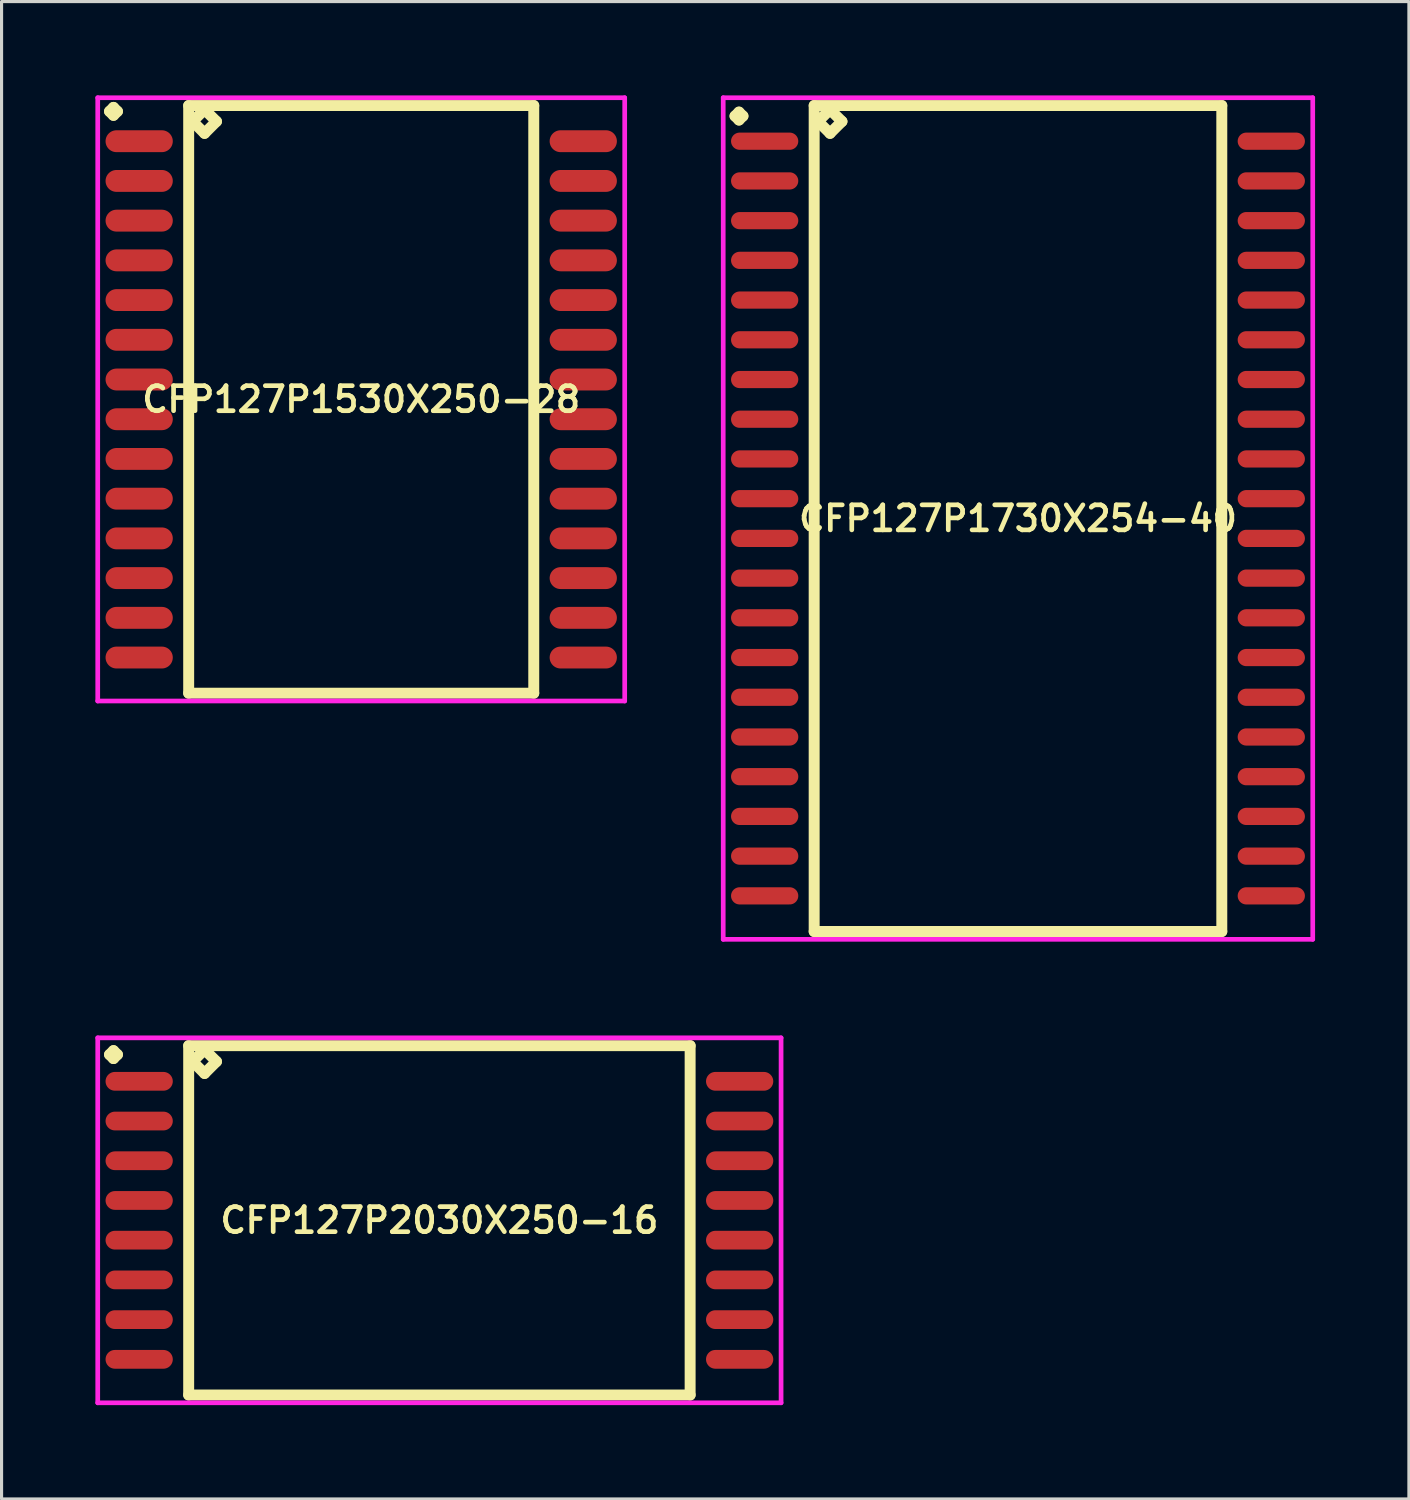
<source format=kicad_pcb>
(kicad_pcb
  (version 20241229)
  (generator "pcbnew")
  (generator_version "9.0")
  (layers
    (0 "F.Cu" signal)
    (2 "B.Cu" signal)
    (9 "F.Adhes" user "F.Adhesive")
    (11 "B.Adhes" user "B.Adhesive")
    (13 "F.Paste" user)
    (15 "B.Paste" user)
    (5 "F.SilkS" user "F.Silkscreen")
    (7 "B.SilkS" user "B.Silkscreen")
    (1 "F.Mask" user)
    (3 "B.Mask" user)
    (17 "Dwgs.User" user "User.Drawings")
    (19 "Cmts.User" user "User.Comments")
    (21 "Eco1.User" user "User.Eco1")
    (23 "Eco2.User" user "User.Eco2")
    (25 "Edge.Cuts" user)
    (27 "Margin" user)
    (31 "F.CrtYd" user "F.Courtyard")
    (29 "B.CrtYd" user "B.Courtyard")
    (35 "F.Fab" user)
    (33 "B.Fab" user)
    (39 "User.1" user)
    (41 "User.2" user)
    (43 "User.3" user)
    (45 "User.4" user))
  (footprint "CFP127P2030X250-16"
    (layer "F.Cu")
    (at 11 35.97)
    (property "Reference" "CFP127P2030X250-16" (at 0 0 0) (layer "F.SilkS") (effects (font (size 0.8 0.8) (thickness 0.15))))
    (attr smd)
    (fp_line (start -10.548 -5.299) (end -10.421 -5.426) (stroke (width 0.35) (type solid)) (layer "F.SilkS"))
    (fp_line (start -10.421 -5.426) (end -10.294 -5.299) (stroke (width 0.35) (type solid)) (layer "F.SilkS"))
    (fp_line (start -10.421 -5.172) (end -10.548 -5.299) (stroke (width 0.35) (type solid)) (layer "F.SilkS"))
    (fp_line (start -10.294 -5.299) (end -10.421 -5.172) (stroke (width 0.35) (type solid)) (layer "F.SilkS"))
    (fp_line (start -8.017 -5.585) (end -8.017 5.585) (stroke (width 0.35) (type solid)) (layer "F.SilkS"))
    (fp_line (start -8.017 5.585) (end 8.017 5.585) (stroke (width 0.35) (type solid)) (layer "F.SilkS"))
    (fp_line (start -7.89 -5.077) (end -7.509 -5.458) (stroke (width 0.35) (type solid)) (layer "F.SilkS"))
    (fp_line (start -7.509 -5.458) (end -7.128 -5.077) (stroke (width 0.35) (type solid)) (layer "F.SilkS"))
    (fp_line (start -7.509 -4.696) (end -7.89 -5.077) (stroke (width 0.35) (type solid)) (layer "F.SilkS"))
    (fp_line (start -7.128 -5.077) (end -7.509 -4.696) (stroke (width 0.35) (type solid)) (layer "F.SilkS"))
    (fp_line (start 8.017 -5.585) (end -8.017 -5.585) (stroke (width 0.35) (type solid)) (layer "F.SilkS"))
    (fp_line (start 8.017 5.585) (end 8.017 -5.585) (stroke (width 0.35) (type solid)) (layer "F.SilkS"))
    (fp_line (start -10.925 -5.835) (end 10.925 -5.835) (stroke (width 0.15) (type solid)) (layer "F.CrtYd"))
    (fp_line (start -10.925 5.835) (end -10.925 -5.835) (stroke (width 0.15) (type solid)) (layer "F.CrtYd"))
    (fp_line (start 10.925 -5.835) (end 10.925 5.835) (stroke (width 0.15) (type solid)) (layer "F.CrtYd"))
    (fp_line (start 10.925 5.835) (end -10.925 5.835) (stroke (width 0.15) (type solid)) (layer "F.CrtYd"))
    (pad "1" smd oval (at -9.6 -4.445) (size 2.15 0.6) (layers "F.Cu" "F.Mask" "F.Paste"))
    (pad "2" smd oval (at -9.6 -3.175) (size 2.15 0.6) (layers "F.Cu" "F.Mask" "F.Paste"))
    (pad "3" smd oval (at -9.6 -1.905) (size 2.15 0.6) (layers "F.Cu" "F.Mask" "F.Paste"))
    (pad "4" smd oval (at -9.6 -0.635) (size 2.15 0.6) (layers "F.Cu" "F.Mask" "F.Paste"))
    (pad "5" smd oval (at -9.6 0.635) (size 2.15 0.6) (layers "F.Cu" "F.Mask" "F.Paste"))
    (pad "6" smd oval (at -9.6 1.905) (size 2.15 0.6) (layers "F.Cu" "F.Mask" "F.Paste"))
    (pad "7" smd oval (at -9.6 3.175) (size 2.15 0.6) (layers "F.Cu" "F.Mask" "F.Paste"))
    (pad "8" smd oval (at -9.6 4.445) (size 2.15 0.6) (layers "F.Cu" "F.Mask" "F.Paste"))
    (pad "9" smd oval (at 9.6 4.445) (size 2.15 0.6) (layers "F.Cu" "F.Mask" "F.Paste"))
    (pad "10" smd oval (at 9.6 3.175) (size 2.15 0.6) (layers "F.Cu" "F.Mask" "F.Paste"))
    (pad "11" smd oval (at 9.6 1.905) (size 2.15 0.6) (layers "F.Cu" "F.Mask" "F.Paste"))
    (pad "12" smd oval (at 9.6 0.635) (size 2.15 0.6) (layers "F.Cu" "F.Mask" "F.Paste"))
    (pad "13" smd oval (at 9.6 -0.635) (size 2.15 0.6) (layers "F.Cu" "F.Mask" "F.Paste"))
    (pad "14" smd oval (at 9.6 -1.905) (size 2.15 0.6) (layers "F.Cu" "F.Mask" "F.Paste"))
    (pad "15" smd oval (at 9.6 -3.175) (size 2.15 0.6) (layers "F.Cu" "F.Mask" "F.Paste"))
    (pad "16" smd oval (at 9.6 -4.445) (size 2.15 0.6) (layers "F.Cu" "F.Mask" "F.Paste")))
  (footprint "CFP127P1530X250-28"
    (layer "F.Cu")
    (at 8.5 9.72)
    (property "Reference" "CFP127P1530X250-28" (at 0 0 0) (layer "F.SilkS") (effects (font (size 0.8 0.8) (thickness 0.15))))
    (attr through_hole)
    (fp_line (start -8.048 -9.209) (end -7.921 -9.336) (stroke (width 0.35) (type solid)) (layer "F.SilkS"))
    (fp_line (start -7.921 -9.336) (end -7.794 -9.209) (stroke (width 0.35) (type solid)) (layer "F.SilkS"))
    (fp_line (start -7.921 -9.082) (end -8.048 -9.209) (stroke (width 0.35) (type solid)) (layer "F.SilkS"))
    (fp_line (start -7.794 -9.209) (end -7.921 -9.082) (stroke (width 0.35) (type solid)) (layer "F.SilkS"))
    (fp_line (start -5.517 -9.395) (end -5.517 9.395) (stroke (width 0.35) (type solid)) (layer "F.SilkS"))
    (fp_line (start -5.517 9.395) (end 5.517 9.395) (stroke (width 0.35) (type solid)) (layer "F.SilkS"))
    (fp_line (start -5.39 -8.887) (end -5.009 -9.268) (stroke (width 0.35) (type solid)) (layer "F.SilkS"))
    (fp_line (start -5.009 -9.268) (end -4.628 -8.887) (stroke (width 0.35) (type solid)) (layer "F.SilkS"))
    (fp_line (start -5.009 -8.506) (end -5.39 -8.887) (stroke (width 0.35) (type solid)) (layer "F.SilkS"))
    (fp_line (start -4.628 -8.887) (end -5.009 -8.506) (stroke (width 0.35) (type solid)) (layer "F.SilkS"))
    (fp_line (start 5.517 -9.395) (end -5.517 -9.395) (stroke (width 0.35) (type solid)) (layer "F.SilkS"))
    (fp_line (start 5.517 9.395) (end 5.517 -9.395) (stroke (width 0.35) (type solid)) (layer "F.SilkS"))
    (fp_line (start -8.425 -9.645) (end 8.425 -9.645) (stroke (width 0.15) (type solid)) (layer "F.CrtYd"))
    (fp_line (start -8.425 9.645) (end -8.425 -9.645) (stroke (width 0.15) (type solid)) (layer "F.CrtYd"))
    (fp_line (start 8.425 -9.645) (end 8.425 9.645) (stroke (width 0.15) (type solid)) (layer "F.CrtYd"))
    (fp_line (start 8.425 9.645) (end -8.425 9.645) (stroke (width 0.15) (type solid)) (layer "F.CrtYd"))
    (pad "1" smd oval (at -7.1 -8.255) (size 2.15 0.7) (layers "F.Cu" "F.Mask" "F.Paste"))
    (pad "2" smd oval (at -7.1 -6.985) (size 2.15 0.7) (layers "F.Cu" "F.Mask" "F.Paste"))
    (pad "3" smd oval (at -7.1 -5.715) (size 2.15 0.7) (layers "F.Cu" "F.Mask" "F.Paste"))
    (pad "4" smd oval (at -7.1 -4.445) (size 2.15 0.7) (layers "F.Cu" "F.Mask" "F.Paste"))
    (pad "5" smd oval (at -7.1 -3.175) (size 2.15 0.7) (layers "F.Cu" "F.Mask" "F.Paste"))
    (pad "6" smd oval (at -7.1 -1.905) (size 2.15 0.7) (layers "F.Cu" "F.Mask" "F.Paste"))
    (pad "7" smd oval (at -7.1 -0.635) (size 2.15 0.7) (layers "F.Cu" "F.Mask" "F.Paste"))
    (pad "8" smd oval (at -7.1 0.635) (size 2.15 0.7) (layers "F.Cu" "F.Mask" "F.Paste"))
    (pad "9" smd oval (at -7.1 1.905) (size 2.15 0.7) (layers "F.Cu" "F.Mask" "F.Paste"))
    (pad "10" smd oval (at -7.1 3.175) (size 2.15 0.7) (layers "F.Cu" "F.Mask" "F.Paste"))
    (pad "11" smd oval (at -7.1 4.445) (size 2.15 0.7) (layers "F.Cu" "F.Mask" "F.Paste"))
    (pad "12" smd oval (at -7.1 5.715) (size 2.15 0.7) (layers "F.Cu" "F.Mask" "F.Paste"))
    (pad "13" smd oval (at -7.1 6.985) (size 2.15 0.7) (layers "F.Cu" "F.Mask" "F.Paste"))
    (pad "14" smd oval (at -7.1 8.255) (size 2.15 0.7) (layers "F.Cu" "F.Mask" "F.Paste"))
    (pad "15" smd oval (at 7.1 8.255) (size 2.15 0.7) (layers "F.Cu" "F.Mask" "F.Paste"))
    (pad "16" smd oval (at 7.1 6.985) (size 2.15 0.7) (layers "F.Cu" "F.Mask" "F.Paste"))
    (pad "17" smd oval (at 7.1 5.715) (size 2.15 0.7) (layers "F.Cu" "F.Mask" "F.Paste"))
    (pad "18" smd oval (at 7.1 4.445) (size 2.15 0.7) (layers "F.Cu" "F.Mask" "F.Paste"))
    (pad "19" smd oval (at 7.1 3.175) (size 2.15 0.7) (layers "F.Cu" "F.Mask" "F.Paste"))
    (pad "20" smd oval (at 7.1 1.905) (size 2.15 0.7) (layers "F.Cu" "F.Mask" "F.Paste"))
    (pad "21" smd oval (at 7.1 0.635) (size 2.15 0.7) (layers "F.Cu" "F.Mask" "F.Paste"))
    (pad "22" smd oval (at 7.1 -0.635) (size 2.15 0.7) (layers "F.Cu" "F.Mask" "F.Paste"))
    (pad "23" smd oval (at 7.1 -1.905) (size 2.15 0.7) (layers "F.Cu" "F.Mask" "F.Paste"))
    (pad "24" smd oval (at 7.1 -3.175) (size 2.15 0.7) (layers "F.Cu" "F.Mask" "F.Paste"))
    (pad "25" smd oval (at 7.1 -4.445) (size 2.15 0.7) (layers "F.Cu" "F.Mask" "F.Paste"))
    (pad "26" smd oval (at 7.1 -5.715) (size 2.15 0.7) (layers "F.Cu" "F.Mask" "F.Paste"))
    (pad "27" smd oval (at 7.1 -6.985) (size 2.15 0.7) (layers "F.Cu" "F.Mask" "F.Paste"))
    (pad "28" smd oval (at 7.1 -8.255) (size 2.15 0.7) (layers "F.Cu" "F.Mask" "F.Paste")))
  (footprint "CFP127P1730X254-40"
    (layer "F.Cu")
    (at 29.5 13.53)
    (property "Reference" "CFP127P1730X254-40" (at 0 0 0) (layer "F.SilkS") (effects (font (size 0.8 0.8) (thickness 0.15))))
    (attr smd)
    (fp_line (start -9.048 -12.869) (end -8.921 -12.996) (stroke (width 0.35) (type solid)) (layer "F.SilkS"))
    (fp_line (start -8.921 -12.996) (end -8.794 -12.869) (stroke (width 0.35) (type solid)) (layer "F.SilkS"))
    (fp_line (start -8.921 -12.742) (end -9.048 -12.869) (stroke (width 0.35) (type solid)) (layer "F.SilkS"))
    (fp_line (start -8.794 -12.869) (end -8.921 -12.742) (stroke (width 0.35) (type solid)) (layer "F.SilkS"))
    (fp_line (start -6.517 -13.205) (end -6.517 13.205) (stroke (width 0.35) (type solid)) (layer "F.SilkS"))
    (fp_line (start -6.517 13.205) (end 6.517 13.205) (stroke (width 0.35) (type solid)) (layer "F.SilkS"))
    (fp_line (start -6.39 -12.697) (end -6.009 -13.078) (stroke (width 0.35) (type solid)) (layer "F.SilkS"))
    (fp_line (start -6.009 -13.078) (end -5.628 -12.697) (stroke (width 0.35) (type solid)) (layer "F.SilkS"))
    (fp_line (start -6.009 -12.316) (end -6.39 -12.697) (stroke (width 0.35) (type solid)) (layer "F.SilkS"))
    (fp_line (start -5.628 -12.697) (end -6.009 -12.316) (stroke (width 0.35) (type solid)) (layer "F.SilkS"))
    (fp_line (start 6.517 -13.205) (end -6.517 -13.205) (stroke (width 0.35) (type solid)) (layer "F.SilkS"))
    (fp_line (start 6.517 13.205) (end 6.517 -13.205) (stroke (width 0.35) (type solid)) (layer "F.SilkS"))
    (fp_line (start -9.425 -13.455) (end 9.425 -13.455) (stroke (width 0.15) (type solid)) (layer "F.CrtYd"))
    (fp_line (start -9.425 13.455) (end -9.425 -13.455) (stroke (width 0.15) (type solid)) (layer "F.CrtYd"))
    (fp_line (start 9.425 -13.455) (end 9.425 13.455) (stroke (width 0.15) (type solid)) (layer "F.CrtYd"))
    (fp_line (start 9.425 13.455) (end -9.425 13.455) (stroke (width 0.15) (type solid)) (layer "F.CrtYd"))
    (pad "1" smd oval (at -8.1 -12.065) (size 2.15 0.55) (layers "F.Cu" "F.Mask" "F.Paste"))
    (pad "2" smd oval (at -8.1 -10.795) (size 2.15 0.55) (layers "F.Cu" "F.Mask" "F.Paste"))
    (pad "3" smd oval (at -8.1 -9.525) (size 2.15 0.55) (layers "F.Cu" "F.Mask" "F.Paste"))
    (pad "4" smd oval (at -8.1 -8.255) (size 2.15 0.55) (layers "F.Cu" "F.Mask" "F.Paste"))
    (pad "5" smd oval (at -8.1 -6.985) (size 2.15 0.55) (layers "F.Cu" "F.Mask" "F.Paste"))
    (pad "6" smd oval (at -8.1 -5.715) (size 2.15 0.55) (layers "F.Cu" "F.Mask" "F.Paste"))
    (pad "7" smd oval (at -8.1 -4.445) (size 2.15 0.55) (layers "F.Cu" "F.Mask" "F.Paste"))
    (pad "8" smd oval (at -8.1 -3.175) (size 2.15 0.55) (layers "F.Cu" "F.Mask" "F.Paste"))
    (pad "9" smd oval (at -8.1 -1.905) (size 2.15 0.55) (layers "F.Cu" "F.Mask" "F.Paste"))
    (pad "10" smd oval (at -8.1 -0.635) (size 2.15 0.55) (layers "F.Cu" "F.Mask" "F.Paste"))
    (pad "11" smd oval (at -8.1 0.635) (size 2.15 0.55) (layers "F.Cu" "F.Mask" "F.Paste"))
    (pad "12" smd oval (at -8.1 1.905) (size 2.15 0.55) (layers "F.Cu" "F.Mask" "F.Paste"))
    (pad "13" smd oval (at -8.1 3.175) (size 2.15 0.55) (layers "F.Cu" "F.Mask" "F.Paste"))
    (pad "14" smd oval (at -8.1 4.445) (size 2.15 0.55) (layers "F.Cu" "F.Mask" "F.Paste"))
    (pad "15" smd oval (at -8.1 5.715) (size 2.15 0.55) (layers "F.Cu" "F.Mask" "F.Paste"))
    (pad "16" smd oval (at -8.1 6.985) (size 2.15 0.55) (layers "F.Cu" "F.Mask" "F.Paste"))
    (pad "17" smd oval (at -8.1 8.255) (size 2.15 0.55) (layers "F.Cu" "F.Mask" "F.Paste"))
    (pad "18" smd oval (at -8.1 9.525) (size 2.15 0.55) (layers "F.Cu" "F.Mask" "F.Paste"))
    (pad "19" smd oval (at -8.1 10.795) (size 2.15 0.55) (layers "F.Cu" "F.Mask" "F.Paste"))
    (pad "20" smd oval (at -8.1 12.065) (size 2.15 0.55) (layers "F.Cu" "F.Mask" "F.Paste"))
    (pad "21" smd oval (at 8.1 12.065) (size 2.15 0.55) (layers "F.Cu" "F.Mask" "F.Paste"))
    (pad "22" smd oval (at 8.1 10.795) (size 2.15 0.55) (layers "F.Cu" "F.Mask" "F.Paste"))
    (pad "23" smd oval (at 8.1 9.525) (size 2.15 0.55) (layers "F.Cu" "F.Mask" "F.Paste"))
    (pad "24" smd oval (at 8.1 8.255) (size 2.15 0.55) (layers "F.Cu" "F.Mask" "F.Paste"))
    (pad "25" smd oval (at 8.1 6.985) (size 2.15 0.55) (layers "F.Cu" "F.Mask" "F.Paste"))
    (pad "26" smd oval (at 8.1 5.715) (size 2.15 0.55) (layers "F.Cu" "F.Mask" "F.Paste"))
    (pad "27" smd oval (at 8.1 4.445) (size 2.15 0.55) (layers "F.Cu" "F.Mask" "F.Paste"))
    (pad "28" smd oval (at 8.1 3.175) (size 2.15 0.55) (layers "F.Cu" "F.Mask" "F.Paste"))
    (pad "29" smd oval (at 8.1 1.905) (size 2.15 0.55) (layers "F.Cu" "F.Mask" "F.Paste"))
    (pad "30" smd oval (at 8.1 0.635) (size 2.15 0.55) (layers "F.Cu" "F.Mask" "F.Paste"))
    (pad "31" smd oval (at 8.1 -0.635) (size 2.15 0.55) (layers "F.Cu" "F.Mask" "F.Paste"))
    (pad "32" smd oval (at 8.1 -1.905) (size 2.15 0.55) (layers "F.Cu" "F.Mask" "F.Paste"))
    (pad "33" smd oval (at 8.1 -3.175) (size 2.15 0.55) (layers "F.Cu" "F.Mask" "F.Paste"))
    (pad "34" smd oval (at 8.1 -4.445) (size 2.15 0.55) (layers "F.Cu" "F.Mask" "F.Paste"))
    (pad "35" smd oval (at 8.1 -5.715) (size 2.15 0.55) (layers "F.Cu" "F.Mask" "F.Paste"))
    (pad "36" smd oval (at 8.1 -6.985) (size 2.15 0.55) (layers "F.Cu" "F.Mask" "F.Paste"))
    (pad "37" smd oval (at 8.1 -8.255) (size 2.15 0.55) (layers "F.Cu" "F.Mask" "F.Paste"))
    (pad "38" smd oval (at 8.1 -9.525) (size 2.15 0.55) (layers "F.Cu" "F.Mask" "F.Paste"))
    (pad "39" smd oval (at 8.1 -10.795) (size 2.15 0.55) (layers "F.Cu" "F.Mask" "F.Paste"))
    (pad "40" smd oval (at 8.1 -12.065) (size 2.15 0.55) (layers "F.Cu" "F.Mask" "F.Paste")))
  (gr_rect
    (start -3 -3)
    (end 42 44.88)
    (stroke (width 0.1) (type default))
    (fill no)
    (layer "Edge.Cuts")))
</source>
